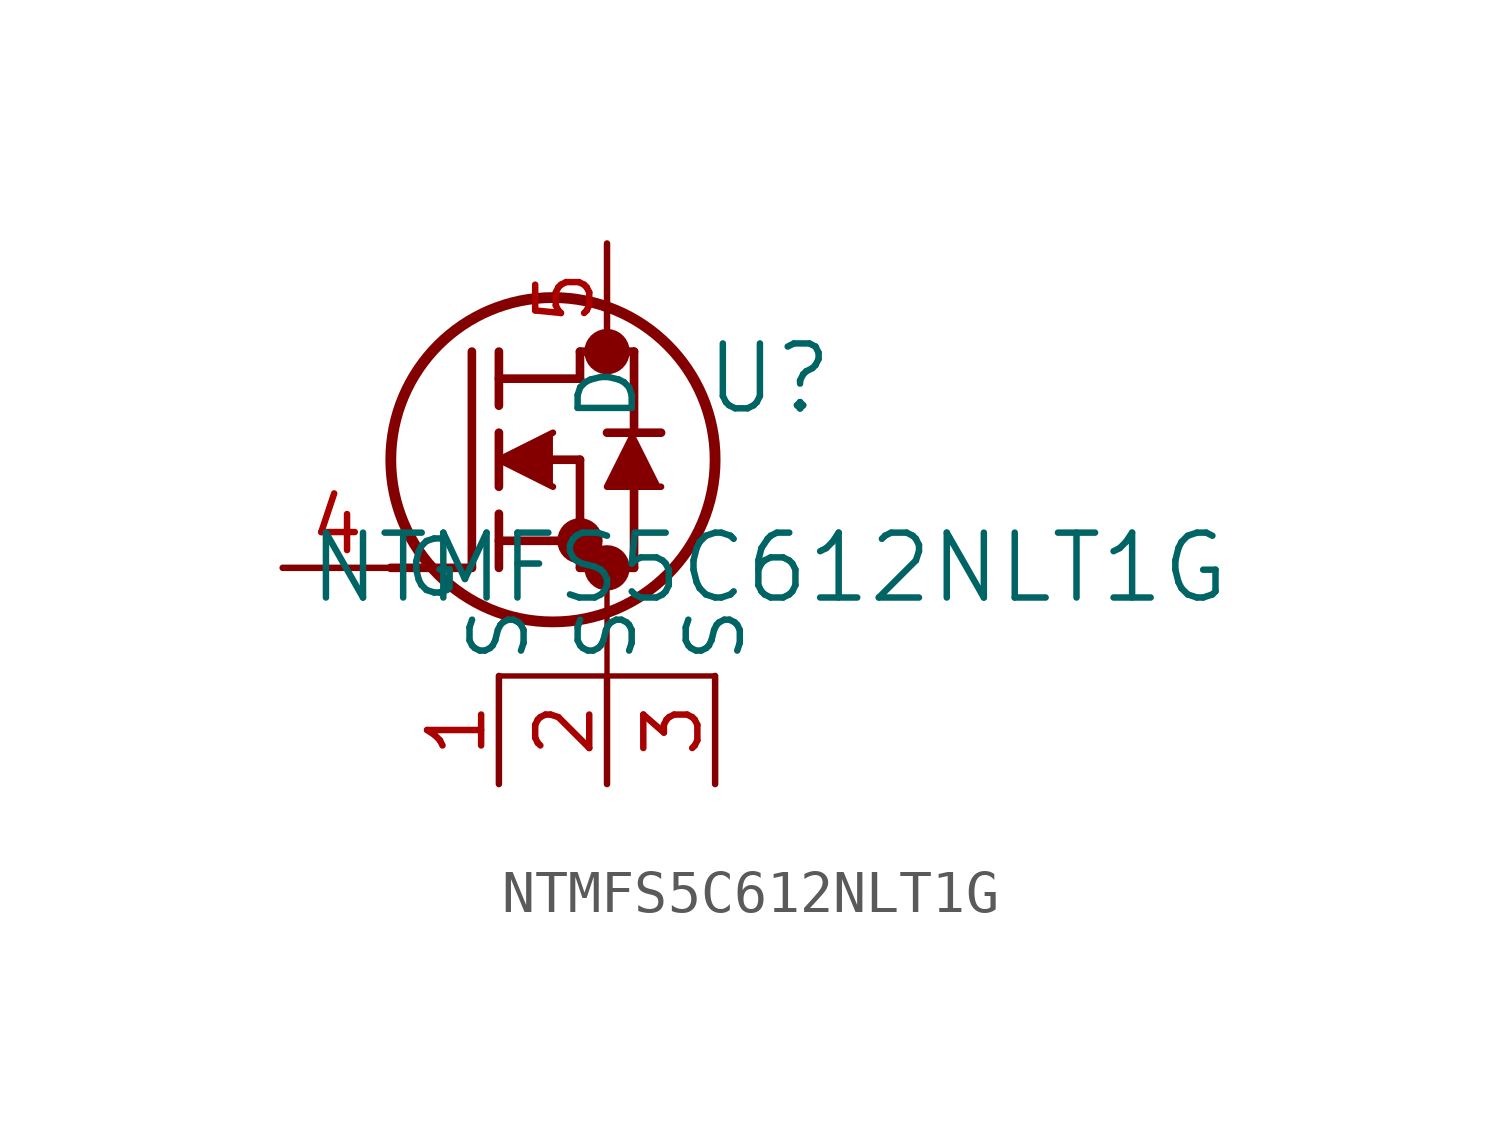
<source format=kicad_sym>
(kicad_symbol_lib
  (version 20211014)
  (generator kicad_symbol_editor)
  (symbol "NTMFS5C612NLT1G"
    (pin_names
      (offset 0.254))
    (property "Reference" "U"
      (at 11.43 4.445 0)
      (effects (font (size 1.524 1.524))))
    (property "Value" "NTMFS5C612NLT1G"
      (at 11.43 0 0)
      (effects (font (size 1.524 1.524))))
    (symbol "NTMFS5C612NLT1G_0_1"
      (polyline (pts (xy 2.54 0) (xy 4.445 0)) (stroke (width 0.203) (type default) (color 0 0 0 0)) (fill (type none)))
      (circle (center 7.62 5.08) (radius 0.025) (stroke (width 0.508) (type default) (color 0 0 0 0)) (fill (type none)))
      (circle (center 7.62 0) (radius 0.025) (stroke (width 0.508) (type default) (color 0 0 0 0)) (fill (type none)))
      (circle (center 6.985 0.635) (radius 0.025) (stroke (width 0.508) (type default) (color 0 0 0 0)) (fill (type none)))
      (circle (center 6.35 2.54) (radius 3.81) (stroke (width 0.254) (type default) (color 0 0 0 0)) (fill (type none)))
      (polyline (pts (xy 4.445 0) (xy 4.445 5.08)) (stroke (width 0.203) (type default) (color 0 0 0 0)) (fill (type none)))
      (polyline (pts (xy 5.08 1.905) (xy 5.08 3.175)) (stroke (width 0.203) (type default) (color 0 0 0 0)) (fill (type none)))
      (polyline (pts (xy 5.08 0) (xy 5.08 1.27)) (stroke (width 0.203) (type default) (color 0 0 0 0)) (fill (type none)))
      (polyline (pts (xy 5.08 3.81) (xy 5.08 5.08)) (stroke (width 0.203) (type default) (color 0 0 0 0)) (fill (type none)))
      (polyline (pts (xy 6.35 2.54) (xy 6.985 2.54)) (stroke (width 0.203) (type default) (color 0 0 0 0)) (fill (type none)))
      (polyline (pts (xy 5.08 0.635) (xy 6.985 0.635)) (stroke (width 0.203) (type default) (color 0 0 0 0)) (fill (type none)))
      (polyline (pts (xy 6.985 0) (xy 6.985 2.54)) (stroke (width 0.203) (type default) (color 0 0 0 0)) (fill (type none)))
      (polyline (pts (xy 6.985 0) (xy 8.255 0)) (stroke (width 0.203) (type default) (color 0 0 0 0)) (fill (type none)))
      (polyline (pts (xy 5.08 4.445) (xy 6.985 4.445)) (stroke (width 0.203) (type default) (color 0 0 0 0)) (fill (type none)))
      (polyline (pts (xy 8.255 3.175) (xy 8.255 5.08)) (stroke (width 0.203) (type default) (color 0 0 0 0)) (fill (type none)))
      (polyline (pts (xy 6.35 3.175) (xy 5.08 2.54) (xy 6.35 1.905)) (stroke (width 0) (type default) (color 0 0 0 0)) (fill (type outline)))
      (polyline (pts (xy 8.89 1.905) (xy 7.62 1.905) (xy 8.255 3.175)) (stroke (width 0) (type default) (color 0 0 0 0)) (fill (type outline)))
      (polyline (pts (xy 8.255 0) (xy 8.255 1.905)) (stroke (width 0.203) (type default) (color 0 0 0 0)) (fill (type none)))
      (polyline (pts (xy 8.89 3.175) (xy 7.62 3.175)) (stroke (width 0.203) (type default) (color 0 0 0 0)) (fill (type none)))
      (polyline (pts (xy 6.985 5.08) (xy 8.255 5.08)) (stroke (width 0.203) (type default) (color 0 0 0 0)) (fill (type none)))
      (polyline (pts (xy 6.985 4.445) (xy 6.985 5.08)) (stroke (width 0.203) (type default) (color 0 0 0 0)) (fill (type none)))
      (polyline (pts (xy 5.08 -2.54) (xy 10.16 -2.54)) (stroke (width 0.127) (type default) (color 0 0 0 0)) (fill (type none)))
      (polyline (pts (xy 7.62 -2.54) (xy 7.62 0)) (stroke (width 0.127) (type default) (color 0 0 0 0)) (fill (type none)))
      (pin unspecified line (at 5.08 -5.08 90) (length 2.54) (name "S" (effects (font (size 1.27 1.27)))) (number "1" (effects (font (size 1.27 1.27)))))
      (pin unspecified line (at 7.62 -5.08 90) (length 2.54) (name "S" (effects (font (size 1.27 1.27)))) (number "2" (effects (font (size 1.27 1.27)))))
      (pin unspecified line (at 10.16 -5.08 90) (length 2.54) (name "S" (effects (font (size 1.27 1.27)))) (number "3" (effects (font (size 1.27 1.27)))))
      (pin unspecified line (at 0 0 0) (length 2.54) (name "G" (effects (font (size 1.27 1.27)))) (number "4" (effects (font (size 1.27 1.27)))))
      (pin unspecified line (at 7.62 7.62 270) (length 2.54) (name "D" (effects (font (size 1.27 1.27)))) (number "5" (effects (font (size 1.27 1.27))))))))
</source>
